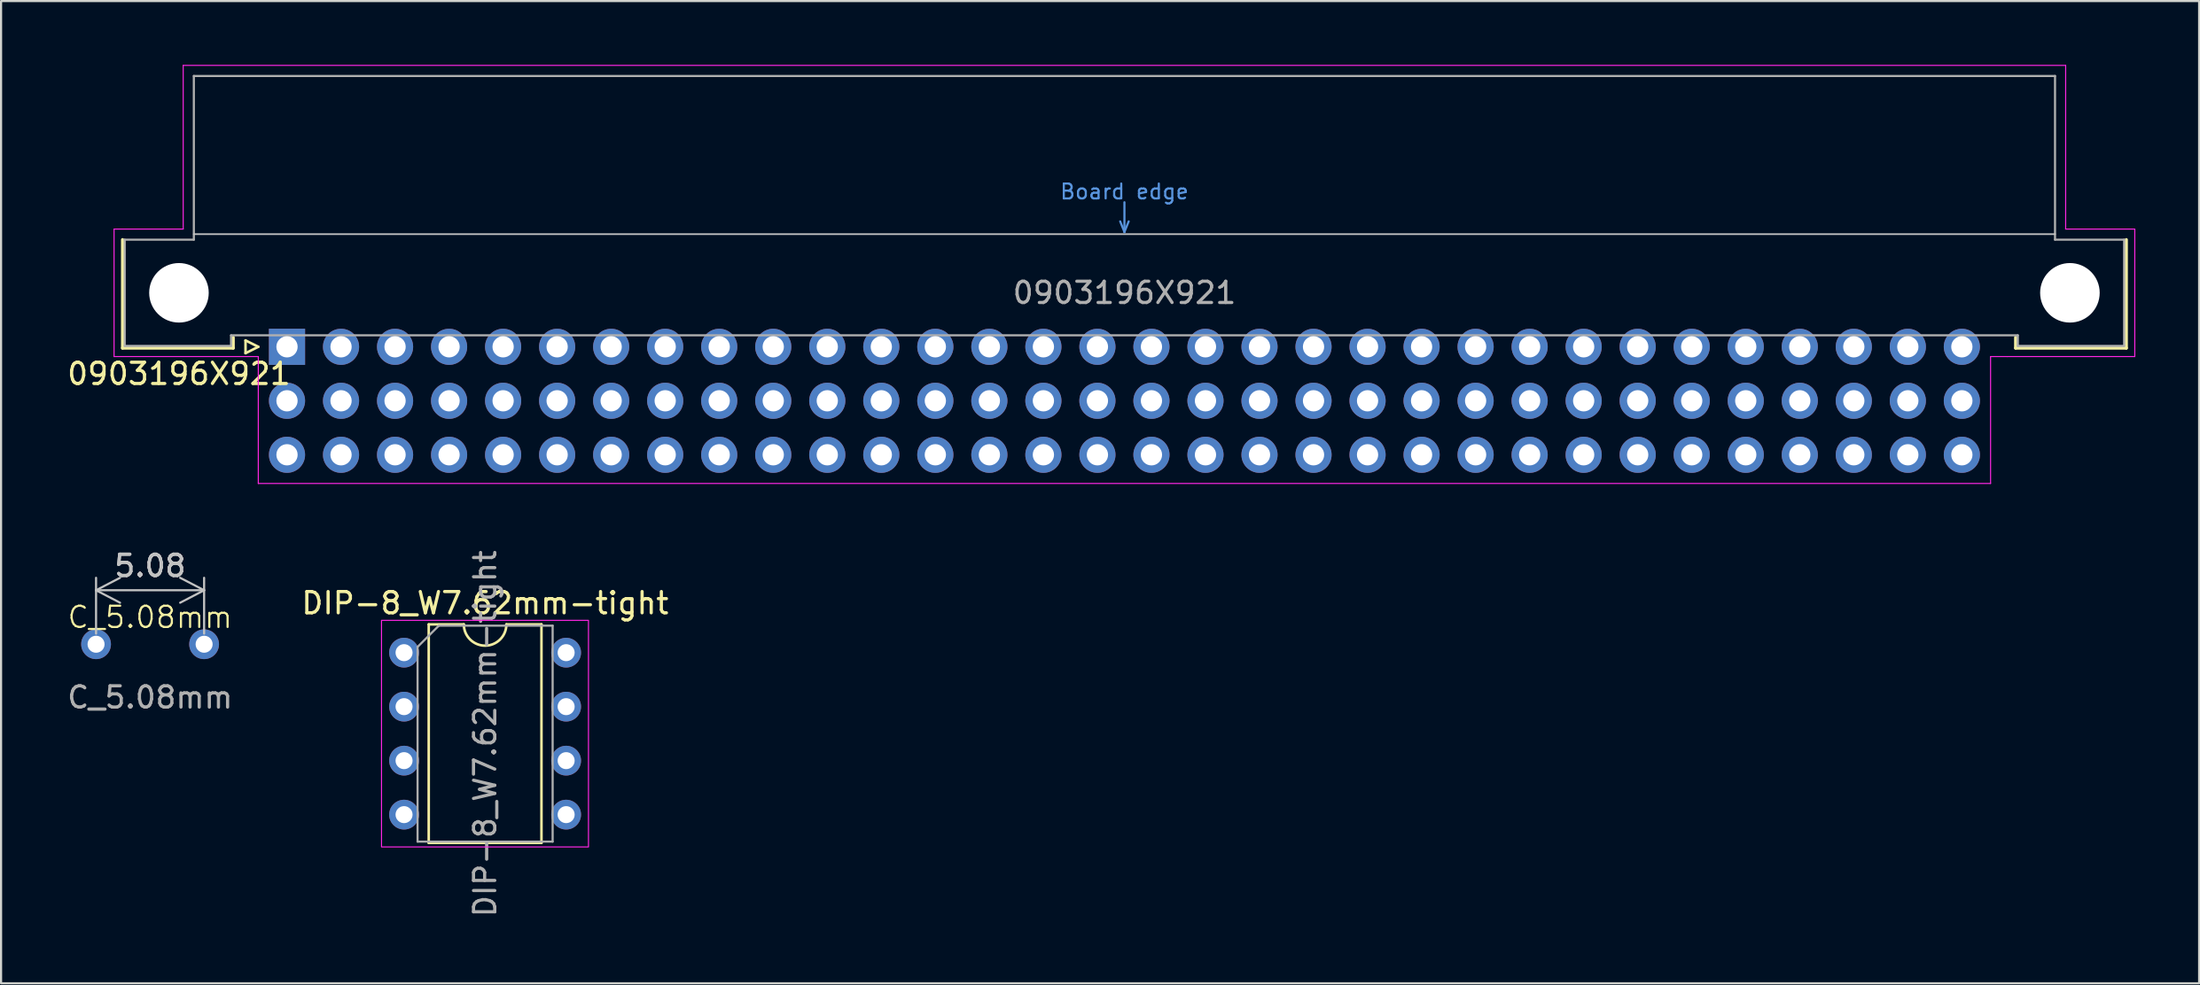
<source format=kicad_pcb>
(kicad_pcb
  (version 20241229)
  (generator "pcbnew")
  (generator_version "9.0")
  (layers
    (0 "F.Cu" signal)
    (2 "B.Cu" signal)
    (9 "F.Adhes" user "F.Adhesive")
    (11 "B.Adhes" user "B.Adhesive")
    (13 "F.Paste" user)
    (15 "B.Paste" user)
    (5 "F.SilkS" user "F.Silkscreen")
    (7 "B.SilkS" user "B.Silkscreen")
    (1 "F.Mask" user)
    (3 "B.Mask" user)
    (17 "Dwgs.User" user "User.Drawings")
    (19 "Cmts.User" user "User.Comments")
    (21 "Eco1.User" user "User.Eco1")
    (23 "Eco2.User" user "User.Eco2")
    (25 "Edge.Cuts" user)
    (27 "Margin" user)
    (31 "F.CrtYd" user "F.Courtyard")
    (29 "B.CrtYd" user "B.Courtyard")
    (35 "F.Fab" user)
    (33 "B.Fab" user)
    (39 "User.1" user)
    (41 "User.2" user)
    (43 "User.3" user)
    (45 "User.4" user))
  (footprint "C_5.08mm"
    (layer "F.Cu")
    (at 4.006 27.258)
    (property "Reference" "C_5.08mm" (at 0 -1.27 0) (unlocked yes) (layer "F.SilkS") (effects (font (size 1 1) (thickness 0.1))))
    (attr through_hole)
    (fp_text user "${REFERENCE}" (at 0 2.5 0) (unlocked yes) (layer "F.Fab") (effects (font (size 1 1) (thickness 0.15))))
    (dimension (type orthogonal) (layer "Dwgs.User") (pts (xy 1.466 27.258) (xy 6.546 27.258)) (height -2.54) (orientation 0) (format (prefix "") (suffix "") (units 3) (units_format 0) (precision 4) (suppress_zeroes yes)) (style (thickness 0.1) (arrow_length 1.27) (text_position_mode 0) (arrow_direction outward) (extension_height 0.586) (extension_offset 0.5) (keep_text_aligned yes)) (gr_text "5.08" (at 4.006 23.568 0) (layer "Dwgs.User") (effects (font (size 1 1) (thickness 0.15)))))
    (pad "1" thru_hole circle (at -2.54 0) (size 1.4 1.4) (drill 0.8) (layers "*.Cu" "*.Mask"))
    (pad "2" thru_hole circle (at 2.54 0) (size 1.4 1.4) (drill 0.8) (layers "*.Cu" "*.Mask")))
  (footprint "DIP-8_W7.62mm-tight"
    (layer "F.Cu")
    (at 15.946 27.654)
    (property "Reference" "DIP-8_W7.62mm-tight" (at 3.81 -2.33 0) (layer "F.SilkS") (effects (font (size 1 1) (thickness 0.15))))
    (attr through_hole)
    (fp_line (start 1.16 -1.33) (end 1.16 8.95) (stroke (width 0.12) (type solid)) (layer "F.SilkS"))
    (fp_line (start 1.16 8.95) (end 6.46 8.95) (stroke (width 0.12) (type solid)) (layer "F.SilkS"))
    (fp_line (start 2.81 -1.33) (end 1.16 -1.33) (stroke (width 0.12) (type solid)) (layer "F.SilkS"))
    (fp_line (start 6.46 -1.33) (end 4.81 -1.33) (stroke (width 0.12) (type solid)) (layer "F.SilkS"))
    (fp_line (start 6.46 8.95) (end 6.46 -1.33) (stroke (width 0.12) (type solid)) (layer "F.SilkS"))
    (fp_arc (start 4.81 -1.33) (mid 3.81 -0.33) (end 2.81 -1.33) (stroke (width 0.12) (type solid)) (layer "F.SilkS"))
    (fp_rect (start -1.06 -1.52) (end 8.67 9.14) (stroke (width 0.05) (type solid)) (fill no) (layer "F.CrtYd"))
    (fp_line (start 0.635 -0.27) (end 1.635 -1.27) (stroke (width 0.1) (type solid)) (layer "F.Fab"))
    (fp_line (start 0.635 8.89) (end 0.635 -0.27) (stroke (width 0.1) (type solid)) (layer "F.Fab"))
    (fp_line (start 1.635 -1.27) (end 6.985 -1.27) (stroke (width 0.1) (type solid)) (layer "F.Fab"))
    (fp_line (start 6.985 -1.27) (end 6.985 8.89) (stroke (width 0.1) (type solid)) (layer "F.Fab"))
    (fp_line (start 6.985 8.89) (end 0.635 8.89) (stroke (width 0.1) (type solid)) (layer "F.Fab"))
    (fp_text user "${REFERENCE}" (at 3.81 3.81 90) (layer "F.Fab") (effects (font (size 1 1) (thickness 0.15))))
    (pad "1" thru_hole circle (at 0 0) (size 1.4 1.4) (drill 0.8) (layers "*.Cu" "*.Mask"))
    (pad "2" thru_hole circle (at 0 2.54) (size 1.4 1.4) (drill 0.8) (layers "*.Cu" "*.Mask"))
    (pad "3" thru_hole circle (at 0 5.08) (size 1.4 1.4) (drill 0.8) (layers "*.Cu" "*.Mask"))
    (pad "4" thru_hole circle (at 0 7.62) (size 1.4 1.4) (drill 0.8) (layers "*.Cu" "*.Mask"))
    (pad "5" thru_hole circle (at 7.62 7.62) (size 1.4 1.4) (drill 0.8) (layers "*.Cu" "*.Mask"))
    (pad "6" thru_hole circle (at 7.62 5.08) (size 1.4 1.4) (drill 0.8) (layers "*.Cu" "*.Mask"))
    (pad "7" thru_hole circle (at 7.62 2.54) (size 1.4 1.4) (drill 0.8) (layers "*.Cu" "*.Mask"))
    (pad "8" thru_hole circle (at 7.62 0) (size 1.4 1.4) (drill 0.8) (layers "*.Cu" "*.Mask")))
  (footprint "0903196X921"
    (layer "F.Cu")
    (at 49.813 8.025)
    (property "Reference" "0903196X921" (at -44.45 6.51 0) (layer "F.SilkS") (effects (font (size 1 1) (thickness 0.15))))
    (attr through_hole)
    (fp_line (start -47.1 5.3) (end -47.1 0.2) (stroke (width 0.15) (type solid)) (layer "F.SilkS"))
    (fp_line (start -41.9 4.8) (end -41.9 5.3) (stroke (width 0.15) (type solid)) (layer "F.SilkS"))
    (fp_line (start -41.9 5.3) (end -47.1 5.3) (stroke (width 0.15) (type solid)) (layer "F.SilkS"))
    (fp_line (start -41.32 4.94) (end -41.32 5.54) (stroke (width 0.12) (type solid)) (layer "F.SilkS"))
    (fp_line (start -41.32 5.54) (end -40.72 5.24) (stroke (width 0.12) (type solid)) (layer "F.SilkS"))
    (fp_line (start -40.72 5.24) (end -41.32 4.94) (stroke (width 0.12) (type solid)) (layer "F.SilkS"))
    (fp_line (start 41.9 4.8) (end 41.9 5.3) (stroke (width 0.15) (type solid)) (layer "F.SilkS"))
    (fp_line (start 41.9 5.3) (end 47.1 5.3) (stroke (width 0.15) (type solid)) (layer "F.SilkS"))
    (fp_line (start 47.1 5.3) (end 47.1 0.2) (stroke (width 0.15) (type solid)) (layer "F.SilkS"))
    (fp_line (start -43.75 -0.06) (end 43.75 -0.06) (stroke (width 0.08) (type solid)) (layer "Dwgs.User"))
    (fp_line (start -0.2 -0.66) (end 0 -0.16) (stroke (width 0.1) (type solid)) (layer "Cmts.User"))
    (fp_line (start 0 -1.56) (end 0 -0.16) (stroke (width 0.1) (type solid)) (layer "Cmts.User"))
    (fp_line (start 0 -0.16) (end 0.2 -0.66) (stroke (width 0.1) (type solid)) (layer "Cmts.User"))
    (fp_line (start -47.5 -0.3) (end -44.25 -0.3) (stroke (width 0.05) (type solid)) (layer "F.CrtYd"))
    (fp_line (start -47.5 5.7) (end -47.5 -0.3) (stroke (width 0.05) (type solid)) (layer "F.CrtYd"))
    (fp_line (start -44.25 -8) (end 44.25 -8) (stroke (width 0.05) (type solid)) (layer "F.CrtYd"))
    (fp_line (start -44.25 -0.3) (end -44.25 -8) (stroke (width 0.05) (type solid)) (layer "F.CrtYd"))
    (fp_line (start -40.72 5.7) (end -47.5 5.7) (stroke (width 0.05) (type solid)) (layer "F.CrtYd"))
    (fp_line (start -40.72 5.7) (end -40.72 11.67) (stroke (width 0.05) (type solid)) (layer "F.CrtYd"))
    (fp_line (start 40.72 5.7) (end 40.72 11.67) (stroke (width 0.05) (type solid)) (layer "F.CrtYd"))
    (fp_line (start 40.72 11.67) (end -40.72 11.67) (stroke (width 0.05) (type solid)) (layer "F.CrtYd"))
    (fp_line (start 41.5 5.7) (end 40.72 5.7) (stroke (width 0.05) (type solid)) (layer "F.CrtYd"))
    (fp_line (start 44.25 -8) (end 44.25 -0.3) (stroke (width 0.05) (type solid)) (layer "F.CrtYd"))
    (fp_line (start 44.25 -0.3) (end 47.5 -0.3) (stroke (width 0.05) (type solid)) (layer "F.CrtYd"))
    (fp_line (start 47.5 -0.3) (end 47.5 5.7) (stroke (width 0.05) (type solid)) (layer "F.CrtYd"))
    (fp_line (start 47.5 5.7) (end 41.5 5.7) (stroke (width 0.05) (type solid)) (layer "F.CrtYd"))
    (fp_line (start -47 0.2) (end -43.75 0.2) (stroke (width 0.1) (type solid)) (layer "F.Fab"))
    (fp_line (start -47 5.2) (end -47 0.2) (stroke (width 0.1) (type solid)) (layer "F.Fab"))
    (fp_line (start -43.75 -7.5) (end 43.75 -7.5) (stroke (width 0.1) (type solid)) (layer "F.Fab"))
    (fp_line (start -43.75 0.2) (end -43.75 -7.5) (stroke (width 0.1) (type solid)) (layer "F.Fab"))
    (fp_line (start -42 4.7) (end -42 5.2) (stroke (width 0.1) (type solid)) (layer "F.Fab"))
    (fp_line (start -42 5.2) (end -47 5.2) (stroke (width 0.1) (type solid)) (layer "F.Fab"))
    (fp_line (start 42 4.7) (end -42 4.7) (stroke (width 0.1) (type solid)) (layer "F.Fab"))
    (fp_line (start 42 5.2) (end 42 4.7) (stroke (width 0.1) (type solid)) (layer "F.Fab"))
    (fp_line (start 43.75 -7.5) (end 43.75 0.2) (stroke (width 0.1) (type solid)) (layer "F.Fab"))
    (fp_line (start 43.75 0.2) (end 47 0.2) (stroke (width 0.1) (type solid)) (layer "F.Fab"))
    (fp_line (start 47 0.2) (end 47 5.2) (stroke (width 0.1) (type solid)) (layer "F.Fab"))
    (fp_line (start 47 5.2) (end 42 5.2) (stroke (width 0.1) (type solid)) (layer "F.Fab"))
    (fp_text user "Board edge" (at 0 -2.06 0) (layer "Cmts.User") (effects (font (size 0.7 0.7) (thickness 0.1))))
    (fp_text user "${REFERENCE}" (at 0 2.7 0) (layer "F.Fab") (effects (font (size 1 1) (thickness 0.15))))
    (pad "" np_thru_hole circle (at -44.45 2.7) (size 2.8 2.8) (drill 2.8) (layers "*.Cu" "*.Mask"))
    (pad "" np_thru_hole circle (at 44.45 2.7) (size 2.8 2.8) (drill 2.8) (layers "*.Cu" "*.Mask"))
    (pad "a1" thru_hole rect (at -39.37 5.24) (size 1.7 1.7) (drill 1) (layers "*.Cu" "*.Mask"))
    (pad "a2" thru_hole circle (at -36.83 5.24) (size 1.7 1.7) (drill 1) (layers "*.Cu" "*.Mask"))
    (pad "a3" thru_hole circle (at -34.29 5.24) (size 1.7 1.7) (drill 1) (layers "*.Cu" "*.Mask"))
    (pad "a4" thru_hole circle (at -31.75 5.24) (size 1.7 1.7) (drill 1) (layers "*.Cu" "*.Mask"))
    (pad "a5" thru_hole circle (at -29.21 5.24) (size 1.7 1.7) (drill 1) (layers "*.Cu" "*.Mask"))
    (pad "a6" thru_hole circle (at -26.67 5.24) (size 1.7 1.7) (drill 1) (layers "*.Cu" "*.Mask"))
    (pad "a7" thru_hole circle (at -24.13 5.24) (size 1.7 1.7) (drill 1) (layers "*.Cu" "*.Mask"))
    (pad "a8" thru_hole circle (at -21.59 5.24) (size 1.7 1.7) (drill 1) (layers "*.Cu" "*.Mask"))
    (pad "a9" thru_hole circle (at -19.05 5.24) (size 1.7 1.7) (drill 1) (layers "*.Cu" "*.Mask"))
    (pad "a10" thru_hole circle (at -16.51 5.24) (size 1.7 1.7) (drill 1) (layers "*.Cu" "*.Mask"))
    (pad "a11" thru_hole circle (at -13.97 5.24) (size 1.7 1.7) (drill 1) (layers "*.Cu" "*.Mask"))
    (pad "a12" thru_hole circle (at -11.43 5.24) (size 1.7 1.7) (drill 1) (layers "*.Cu" "*.Mask"))
    (pad "a13" thru_hole circle (at -8.89 5.24) (size 1.7 1.7) (drill 1) (layers "*.Cu" "*.Mask"))
    (pad "a14" thru_hole circle (at -6.35 5.24) (size 1.7 1.7) (drill 1) (layers "*.Cu" "*.Mask"))
    (pad "a15" thru_hole circle (at -3.81 5.24) (size 1.7 1.7) (drill 1) (layers "*.Cu" "*.Mask"))
    (pad "a16" thru_hole circle (at -1.27 5.24) (size 1.7 1.7) (drill 1) (layers "*.Cu" "*.Mask"))
    (pad "a17" thru_hole circle (at 1.27 5.24) (size 1.7 1.7) (drill 1) (layers "*.Cu" "*.Mask"))
    (pad "a18" thru_hole circle (at 3.81 5.24) (size 1.7 1.7) (drill 1) (layers "*.Cu" "*.Mask"))
    (pad "a19" thru_hole circle (at 6.35 5.24) (size 1.7 1.7) (drill 1) (layers "*.Cu" "*.Mask"))
    (pad "a20" thru_hole circle (at 8.89 5.24) (size 1.7 1.7) (drill 1) (layers "*.Cu" "*.Mask"))
    (pad "a21" thru_hole circle (at 11.43 5.24) (size 1.7 1.7) (drill 1) (layers "*.Cu" "*.Mask"))
    (pad "a22" thru_hole circle (at 13.97 5.24) (size 1.7 1.7) (drill 1) (layers "*.Cu" "*.Mask"))
    (pad "a23" thru_hole circle (at 16.51 5.24) (size 1.7 1.7) (drill 1) (layers "*.Cu" "*.Mask"))
    (pad "a24" thru_hole circle (at 19.05 5.24) (size 1.7 1.7) (drill 1) (layers "*.Cu" "*.Mask"))
    (pad "a25" thru_hole circle (at 21.59 5.24) (size 1.7 1.7) (drill 1) (layers "*.Cu" "*.Mask"))
    (pad "a26" thru_hole circle (at 24.13 5.24) (size 1.7 1.7) (drill 1) (layers "*.Cu" "*.Mask"))
    (pad "a27" thru_hole circle (at 26.67 5.24) (size 1.7 1.7) (drill 1) (layers "*.Cu" "*.Mask"))
    (pad "a28" thru_hole circle (at 29.21 5.24) (size 1.7 1.7) (drill 1) (layers "*.Cu" "*.Mask"))
    (pad "a29" thru_hole circle (at 31.75 5.24) (size 1.7 1.7) (drill 1) (layers "*.Cu" "*.Mask"))
    (pad "a30" thru_hole circle (at 34.29 5.24) (size 1.7 1.7) (drill 1) (layers "*.Cu" "*.Mask"))
    (pad "a31" thru_hole circle (at 36.83 5.24) (size 1.7 1.7) (drill 1) (layers "*.Cu" "*.Mask"))
    (pad "a32" thru_hole circle (at 39.37 5.24) (size 1.7 1.7) (drill 1) (layers "*.Cu" "*.Mask"))
    (pad "b1" thru_hole circle (at -39.37 7.78) (size 1.7 1.7) (drill 1) (layers "*.Cu" "*.Mask"))
    (pad "b2" thru_hole circle (at -36.83 7.78) (size 1.7 1.7) (drill 1) (layers "*.Cu" "*.Mask"))
    (pad "b3" thru_hole circle (at -34.29 7.78) (size 1.7 1.7) (drill 1) (layers "*.Cu" "*.Mask"))
    (pad "b4" thru_hole circle (at -31.75 7.78) (size 1.7 1.7) (drill 1) (layers "*.Cu" "*.Mask"))
    (pad "b5" thru_hole circle (at -29.21 7.78) (size 1.7 1.7) (drill 1) (layers "*.Cu" "*.Mask"))
    (pad "b6" thru_hole circle (at -26.67 7.78) (size 1.7 1.7) (drill 1) (layers "*.Cu" "*.Mask"))
    (pad "b7" thru_hole circle (at -24.13 7.78) (size 1.7 1.7) (drill 1) (layers "*.Cu" "*.Mask"))
    (pad "b8" thru_hole circle (at -21.59 7.78) (size 1.7 1.7) (drill 1) (layers "*.Cu" "*.Mask"))
    (pad "b9" thru_hole circle (at -19.05 7.78) (size 1.7 1.7) (drill 1) (layers "*.Cu" "*.Mask"))
    (pad "b10" thru_hole circle (at -16.51 7.78) (size 1.7 1.7) (drill 1) (layers "*.Cu" "*.Mask"))
    (pad "b11" thru_hole circle (at -13.97 7.78) (size 1.7 1.7) (drill 1) (layers "*.Cu" "*.Mask"))
    (pad "b12" thru_hole circle (at -11.43 7.78) (size 1.7 1.7) (drill 1) (layers "*.Cu" "*.Mask"))
    (pad "b13" thru_hole circle (at -8.89 7.78) (size 1.7 1.7) (drill 1) (layers "*.Cu" "*.Mask"))
    (pad "b14" thru_hole circle (at -6.35 7.78) (size 1.7 1.7) (drill 1) (layers "*.Cu" "*.Mask"))
    (pad "b15" thru_hole circle (at -3.81 7.78) (size 1.7 1.7) (drill 1) (layers "*.Cu" "*.Mask"))
    (pad "b16" thru_hole circle (at -1.27 7.78) (size 1.7 1.7) (drill 1) (layers "*.Cu" "*.Mask"))
    (pad "b17" thru_hole circle (at 1.27 7.78) (size 1.7 1.7) (drill 1) (layers "*.Cu" "*.Mask"))
    (pad "b18" thru_hole circle (at 3.81 7.78) (size 1.7 1.7) (drill 1) (layers "*.Cu" "*.Mask"))
    (pad "b19" thru_hole circle (at 6.35 7.78) (size 1.7 1.7) (drill 1) (layers "*.Cu" "*.Mask"))
    (pad "b20" thru_hole circle (at 8.89 7.78) (size 1.7 1.7) (drill 1) (layers "*.Cu" "*.Mask"))
    (pad "b21" thru_hole circle (at 11.43 7.78) (size 1.7 1.7) (drill 1) (layers "*.Cu" "*.Mask"))
    (pad "b22" thru_hole circle (at 13.97 7.78) (size 1.7 1.7) (drill 1) (layers "*.Cu" "*.Mask"))
    (pad "b23" thru_hole circle (at 16.51 7.78) (size 1.7 1.7) (drill 1) (layers "*.Cu" "*.Mask"))
    (pad "b24" thru_hole circle (at 19.05 7.78) (size 1.7 1.7) (drill 1) (layers "*.Cu" "*.Mask"))
    (pad "b25" thru_hole circle (at 21.59 7.78) (size 1.7 1.7) (drill 1) (layers "*.Cu" "*.Mask"))
    (pad "b26" thru_hole circle (at 24.13 7.78) (size 1.7 1.7) (drill 1) (layers "*.Cu" "*.Mask"))
    (pad "b27" thru_hole circle (at 26.67 7.78) (size 1.7 1.7) (drill 1) (layers "*.Cu" "*.Mask"))
    (pad "b28" thru_hole circle (at 29.21 7.78) (size 1.7 1.7) (drill 1) (layers "*.Cu" "*.Mask"))
    (pad "b29" thru_hole circle (at 31.75 7.78) (size 1.7 1.7) (drill 1) (layers "*.Cu" "*.Mask"))
    (pad "b30" thru_hole circle (at 34.29 7.78) (size 1.7 1.7) (drill 1) (layers "*.Cu" "*.Mask"))
    (pad "b31" thru_hole circle (at 36.83 7.78) (size 1.7 1.7) (drill 1) (layers "*.Cu" "*.Mask"))
    (pad "b32" thru_hole circle (at 39.37 7.78) (size 1.7 1.7) (drill 1) (layers "*.Cu" "*.Mask"))
    (pad "c1" thru_hole circle (at -39.37 10.32) (size 1.7 1.7) (drill 1) (layers "*.Cu" "*.Mask"))
    (pad "c2" thru_hole circle (at -36.83 10.32) (size 1.7 1.7) (drill 1) (layers "*.Cu" "*.Mask"))
    (pad "c3" thru_hole circle (at -34.29 10.32) (size 1.7 1.7) (drill 1) (layers "*.Cu" "*.Mask"))
    (pad "c4" thru_hole circle (at -31.75 10.32) (size 1.7 1.7) (drill 1) (layers "*.Cu" "*.Mask"))
    (pad "c5" thru_hole circle (at -29.21 10.32) (size 1.7 1.7) (drill 1) (layers "*.Cu" "*.Mask"))
    (pad "c6" thru_hole circle (at -26.67 10.32) (size 1.7 1.7) (drill 1) (layers "*.Cu" "*.Mask"))
    (pad "c7" thru_hole circle (at -24.13 10.32) (size 1.7 1.7) (drill 1) (layers "*.Cu" "*.Mask"))
    (pad "c8" thru_hole circle (at -21.59 10.32) (size 1.7 1.7) (drill 1) (layers "*.Cu" "*.Mask"))
    (pad "c9" thru_hole circle (at -19.05 10.32) (size 1.7 1.7) (drill 1) (layers "*.Cu" "*.Mask"))
    (pad "c10" thru_hole circle (at -16.51 10.32) (size 1.7 1.7) (drill 1) (layers "*.Cu" "*.Mask"))
    (pad "c11" thru_hole circle (at -13.97 10.32) (size 1.7 1.7) (drill 1) (layers "*.Cu" "*.Mask"))
    (pad "c12" thru_hole circle (at -11.43 10.32) (size 1.7 1.7) (drill 1) (layers "*.Cu" "*.Mask"))
    (pad "c13" thru_hole circle (at -8.89 10.32) (size 1.7 1.7) (drill 1) (layers "*.Cu" "*.Mask"))
    (pad "c14" thru_hole circle (at -6.35 10.32) (size 1.7 1.7) (drill 1) (layers "*.Cu" "*.Mask"))
    (pad "c15" thru_hole circle (at -3.81 10.32) (size 1.7 1.7) (drill 1) (layers "*.Cu" "*.Mask"))
    (pad "c16" thru_hole circle (at -1.27 10.32) (size 1.7 1.7) (drill 1) (layers "*.Cu" "*.Mask"))
    (pad "c17" thru_hole circle (at 1.27 10.32) (size 1.7 1.7) (drill 1) (layers "*.Cu" "*.Mask"))
    (pad "c18" thru_hole circle (at 3.81 10.32) (size 1.7 1.7) (drill 1) (layers "*.Cu" "*.Mask"))
    (pad "c19" thru_hole circle (at 6.35 10.32) (size 1.7 1.7) (drill 1) (layers "*.Cu" "*.Mask"))
    (pad "c20" thru_hole circle (at 8.89 10.32) (size 1.7 1.7) (drill 1) (layers "*.Cu" "*.Mask"))
    (pad "c21" thru_hole circle (at 11.43 10.32) (size 1.7 1.7) (drill 1) (layers "*.Cu" "*.Mask"))
    (pad "c22" thru_hole circle (at 13.97 10.32) (size 1.7 1.7) (drill 1) (layers "*.Cu" "*.Mask"))
    (pad "c23" thru_hole circle (at 16.51 10.32) (size 1.7 1.7) (drill 1) (layers "*.Cu" "*.Mask"))
    (pad "c24" thru_hole circle (at 19.05 10.32) (size 1.7 1.7) (drill 1) (layers "*.Cu" "*.Mask"))
    (pad "c25" thru_hole circle (at 21.59 10.32) (size 1.7 1.7) (drill 1) (layers "*.Cu" "*.Mask"))
    (pad "c26" thru_hole circle (at 24.13 10.32) (size 1.7 1.7) (drill 1) (layers "*.Cu" "*.Mask"))
    (pad "c27" thru_hole circle (at 26.67 10.32) (size 1.7 1.7) (drill 1) (layers "*.Cu" "*.Mask"))
    (pad "c28" thru_hole circle (at 29.21 10.32) (size 1.7 1.7) (drill 1) (layers "*.Cu" "*.Mask"))
    (pad "c29" thru_hole circle (at 31.75 10.32) (size 1.7 1.7) (drill 1) (layers "*.Cu" "*.Mask"))
    (pad "c30" thru_hole circle (at 34.29 10.32) (size 1.7 1.7) (drill 1) (layers "*.Cu" "*.Mask"))
    (pad "c31" thru_hole circle (at 36.83 10.32) (size 1.7 1.7) (drill 1) (layers "*.Cu" "*.Mask"))
    (pad "c32" thru_hole circle (at 39.37 10.32) (size 1.7 1.7) (drill 1) (layers "*.Cu" "*.Mask")))
  (gr_rect
    (start -3 -3)
    (end 100.338 43.208)
    (stroke (width 0.1) (type default))
    (fill no)
    (layer "Edge.Cuts")))
</source>
